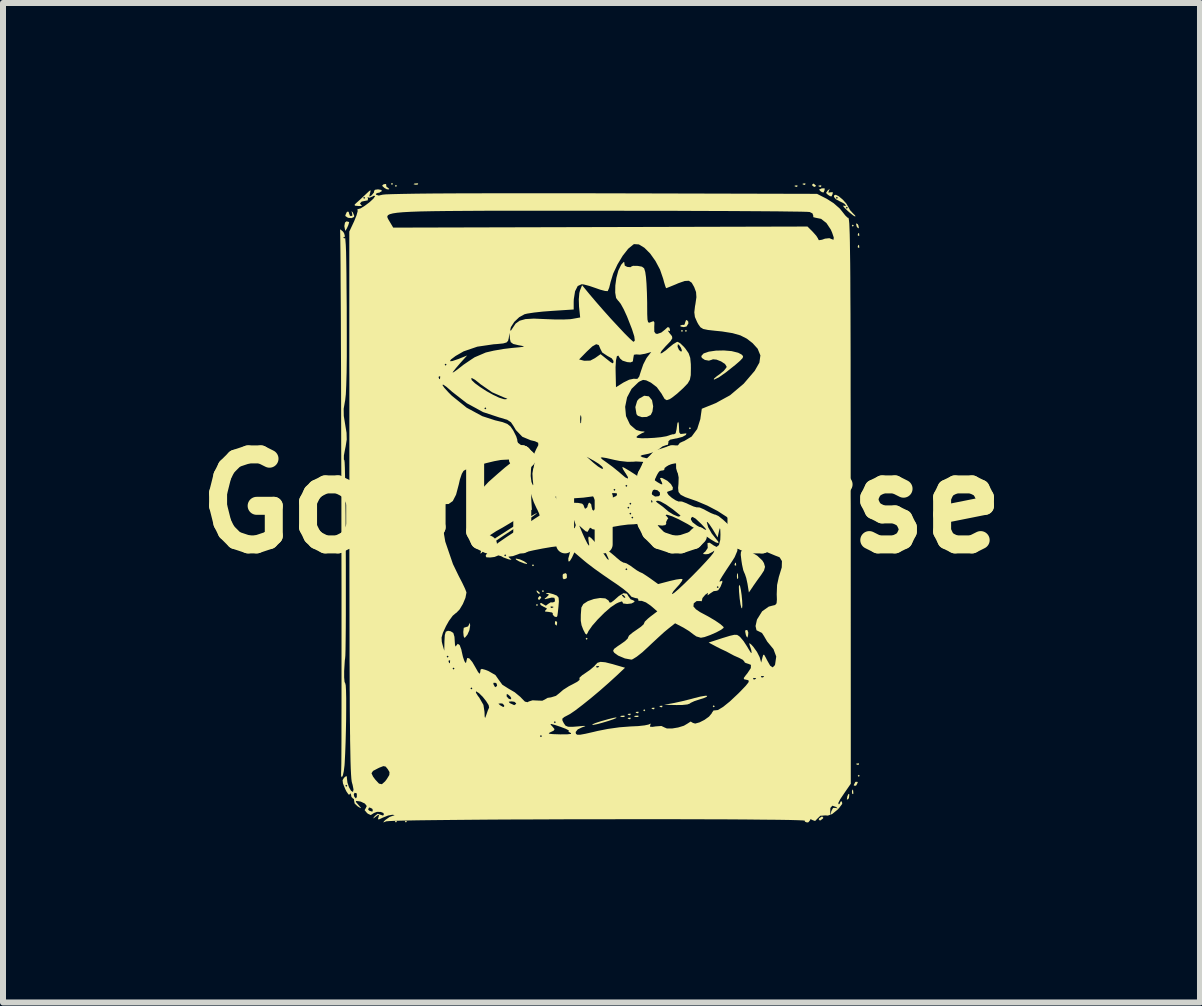
<source format=kicad_pcb>
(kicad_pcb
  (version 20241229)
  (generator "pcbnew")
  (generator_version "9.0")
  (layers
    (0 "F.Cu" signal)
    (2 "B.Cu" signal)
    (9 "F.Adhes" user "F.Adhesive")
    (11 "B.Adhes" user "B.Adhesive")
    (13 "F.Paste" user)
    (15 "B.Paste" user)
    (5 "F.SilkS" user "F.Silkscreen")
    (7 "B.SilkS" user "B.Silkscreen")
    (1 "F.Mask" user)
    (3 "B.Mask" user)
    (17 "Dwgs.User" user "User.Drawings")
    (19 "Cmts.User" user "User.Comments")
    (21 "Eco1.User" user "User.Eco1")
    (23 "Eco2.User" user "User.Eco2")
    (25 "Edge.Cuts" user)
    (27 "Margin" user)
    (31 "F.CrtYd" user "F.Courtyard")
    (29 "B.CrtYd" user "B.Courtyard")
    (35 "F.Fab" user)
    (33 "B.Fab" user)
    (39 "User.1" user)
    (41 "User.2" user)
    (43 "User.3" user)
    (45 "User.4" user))
  (footprint "GoblinCurse"
    (layer "F.Cu")
    (at 6.979 5.348)
    (property "Reference" "GoblinCurse" (at 0 0 0) (layer "F.SilkS") (effects (font (size 1.5 1.5) (thickness 0.3))))
    (attr board_only exclude_from_pos_files exclude_from_bom)
    (fp_poly (pts (xy -3.477 -5.332) (xy -3.494 -5.315) (xy -3.51 -5.332) (xy -3.494 -5.348)) (stroke (width 0) (type solid)) (fill yes) (layer "F.SilkS"))
    (fp_poly (pts (xy -3.411 -5.299) (xy -3.428 -5.282) (xy -3.444 -5.299) (xy -3.428 -5.315)) (stroke (width 0) (type solid)) (fill yes) (layer "F.SilkS"))
    (fp_poly (pts (xy -3.411 5.299) (xy -3.428 5.315) (xy -3.444 5.299) (xy -3.428 5.282)) (stroke (width 0) (type solid)) (fill yes) (layer "F.SilkS"))
    (fp_poly (pts (xy -3.245 5.299) (xy -3.262 5.315) (xy -3.278 5.299) (xy -3.262 5.282)) (stroke (width 0) (type solid)) (fill yes) (layer "F.SilkS"))
    (fp_poly (pts (xy -1.126 1.027) (xy -1.143 1.043) (xy -1.159 1.027) (xy -1.143 1.01)) (stroke (width 0) (type solid)) (fill yes) (layer "F.SilkS"))
    (fp_poly (pts (xy -1.06 1.689) (xy -1.076 1.705) (xy -1.093 1.689) (xy -1.076 1.672)) (stroke (width 0) (type solid)) (fill yes) (layer "F.SilkS"))
    (fp_poly (pts (xy -0.96 1.457) (xy -0.977 1.474) (xy -0.993 1.457) (xy -0.977 1.441)) (stroke (width 0) (type solid)) (fill yes) (layer "F.SilkS"))
    (fp_poly (pts (xy -0.232 2.252) (xy -0.248 2.268) (xy -0.265 2.252) (xy -0.248 2.235)) (stroke (width 0) (type solid)) (fill yes) (layer "F.SilkS"))
    (fp_poly (pts (xy 0.729 3.444) (xy 0.712 3.461) (xy 0.695 3.444) (xy 0.712 3.428)) (stroke (width 0) (type solid)) (fill yes) (layer "F.SilkS"))
    (fp_poly (pts (xy 1.358 -2.881) (xy 1.341 -2.865) (xy 1.325 -2.881) (xy 1.341 -2.898)) (stroke (width 0) (type solid)) (fill yes) (layer "F.SilkS"))
    (fp_poly (pts (xy 1.424 -2.881) (xy 1.407 -2.865) (xy 1.391 -2.881) (xy 1.407 -2.898)) (stroke (width 0) (type solid)) (fill yes) (layer "F.SilkS"))
    (fp_poly (pts (xy 1.49 -1.258) (xy 1.474 -1.242) (xy 1.457 -1.258) (xy 1.474 -1.275)) (stroke (width 0) (type solid)) (fill yes) (layer "F.SilkS"))
    (fp_poly (pts (xy 1.888 3.378) (xy 1.871 3.394) (xy 1.854 3.378) (xy 1.871 3.361)) (stroke (width 0) (type solid)) (fill yes) (layer "F.SilkS"))
    (fp_poly (pts (xy 4.206 -4.636) (xy 4.189 -4.62) (xy 4.173 -4.636) (xy 4.189 -4.653)) (stroke (width 0) (type solid)) (fill yes) (layer "F.SilkS"))
    (fp_poly (pts (xy 4.305 4.537) (xy 4.289 4.553) (xy 4.272 4.537) (xy 4.289 4.52)) (stroke (width 0) (type solid)) (fill yes) (layer "F.SilkS"))
    (fp_poly (pts (xy -3.056 -5.335) (xy -3.066 -5.32) (xy -3.099 -5.318) (xy -3.134 -5.326) (xy -3.119 -5.338) (xy -3.067 -5.342)) (stroke (width 0) (type solid)) (fill yes) (layer "F.SilkS"))
    (fp_poly (pts (xy 0.388 3.54) (xy 0.379 3.555) (xy 0.345 3.557) (xy 0.31 3.549) (xy 0.325 3.537) (xy 0.377 3.533)) (stroke (width 0) (type solid)) (fill yes) (layer "F.SilkS"))
    (fp_poly (pts (xy 0.486 3.505) (xy 0.481 3.524) (xy 0.464 3.527) (xy 0.436 3.515) (xy 0.442 3.505) (xy 0.481 3.501)) (stroke (width 0) (type solid)) (fill yes) (layer "F.SilkS"))
    (fp_poly (pts (xy 0.486 3.571) (xy 0.481 3.591) (xy 0.464 3.593) (xy 0.436 3.581) (xy 0.442 3.571) (xy 0.481 3.567)) (stroke (width 0) (type solid)) (fill yes) (layer "F.SilkS"))
    (fp_poly (pts (xy 0.618 3.472) (xy 0.614 3.491) (xy 0.596 3.494) (xy 0.569 3.482) (xy 0.574 3.472) (xy 0.613 3.468)) (stroke (width 0) (type solid)) (fill yes) (layer "F.SilkS"))
    (fp_poly (pts (xy 0.62 3.54) (xy 0.61 3.555) (xy 0.577 3.557) (xy 0.541 3.549) (xy 0.557 3.537) (xy 0.609 3.533)) (stroke (width 0) (type solid)) (fill yes) (layer "F.SilkS"))
    (fp_poly (pts (xy 0.883 3.405) (xy 0.879 3.425) (xy 0.861 3.428) (xy 0.834 3.415) (xy 0.839 3.405) (xy 0.878 3.401)) (stroke (width 0) (type solid)) (fill yes) (layer "F.SilkS"))
    (fp_poly (pts (xy 1.016 3.372) (xy 1.011 3.392) (xy 0.993 3.394) (xy 0.966 3.382) (xy 0.971 3.372) (xy 1.011 3.368)) (stroke (width 0) (type solid)) (fill yes) (layer "F.SilkS"))
    (fp_poly (pts (xy 2.241 0.988) (xy 2.245 1.027) (xy 2.241 1.032) (xy 2.221 1.028) (xy 2.219 1.01) (xy 2.231 0.983)) (stroke (width 0) (type solid)) (fill yes) (layer "F.SilkS"))
    (fp_poly (pts (xy 2.274 1.167) (xy 2.278 1.235) (xy 2.274 1.25) (xy 2.262 1.254) (xy 2.257 1.209) (xy 2.262 1.162)) (stroke (width 0) (type solid)) (fill yes) (layer "F.SilkS"))
    (fp_poly (pts (xy 3.267 -5.304) (xy 3.263 -5.284) (xy 3.245 -5.282) (xy 3.218 -5.294) (xy 3.223 -5.304) (xy 3.263 -5.308)) (stroke (width 0) (type solid)) (fill yes) (layer "F.SilkS"))
    (fp_poly (pts (xy 3.4 -5.337) (xy 3.395 -5.318) (xy 3.378 -5.315) (xy 3.351 -5.327) (xy 3.356 -5.337) (xy 3.395 -5.341)) (stroke (width 0) (type solid)) (fill yes) (layer "F.SilkS"))
    (fp_poly (pts (xy 3.665 -5.304) (xy 3.66 -5.284) (xy 3.643 -5.282) (xy 3.616 -5.294) (xy 3.621 -5.304) (xy 3.66 -5.308)) (stroke (width 0) (type solid)) (fill yes) (layer "F.SilkS"))
    (fp_poly (pts (xy 4.195 4.779) (xy 4.199 4.831) (xy 4.193 4.843) (xy 4.178 4.833) (xy 4.175 4.799) (xy 4.183 4.764)) (stroke (width 0) (type solid)) (fill yes) (layer "F.SilkS"))
    (fp_poly (pts (xy 4.294 -4.509) (xy 4.298 -4.47) (xy 4.294 -4.465) (xy 4.274 -4.47) (xy 4.272 -4.487) (xy 4.284 -4.514)) (stroke (width 0) (type solid)) (fill yes) (layer "F.SilkS"))
    (fp_poly (pts (xy 4.294 -4.311) (xy 4.298 -4.271) (xy 4.294 -4.266) (xy 4.274 -4.271) (xy 4.272 -4.289) (xy 4.284 -4.316)) (stroke (width 0) (type solid)) (fill yes) (layer "F.SilkS"))
    (fp_poly (pts (xy 4.294 4.333) (xy 4.289 4.352) (xy 4.272 4.355) (xy 4.245 4.343) (xy 4.25 4.333) (xy 4.289 4.329)) (stroke (width 0) (type solid)) (fill yes) (layer "F.SilkS"))
    (fp_poly (pts (xy -1.065 1.454) (xy -1.029 1.487) (xy -1.037 1.506) (xy -1.041 1.507) (xy -1.069 1.483) (xy -1.079 1.469) (xy -1.083 1.446)) (stroke (width 0) (type solid)) (fill yes) (layer "F.SilkS"))
    (fp_poly (pts (xy -0.743 1.967) (xy -0.74 1.988) (xy -0.747 2.033) (xy -0.771 2.015) (xy -0.777 2.006) (xy -0.775 1.964) (xy -0.768 1.958)) (stroke (width 0) (type solid)) (fill yes) (layer "F.SilkS"))
    (fp_poly (pts (xy 4.132 4.847) (xy 4.125 4.907) (xy 4.112 4.925) (xy 4.09 4.934) (xy 4.097 4.885) (xy 4.097 4.882) (xy 4.117 4.838)) (stroke (width 0) (type solid)) (fill yes) (layer "F.SilkS"))
    (fp_poly (pts (xy 4.271 -4.662) (xy 4.283 -4.638) (xy 4.292 -4.591) (xy 4.27 -4.6) (xy 4.254 -4.622) (xy 4.244 -4.665) (xy 4.248 -4.673)) (stroke (width 0) (type solid)) (fill yes) (layer "F.SilkS"))
    (fp_poly (pts (xy -1.005 1.56) (xy -1.01 1.573) (xy -1.04 1.605) (xy -1.045 1.606) (xy -1.059 1.581) (xy -1.06 1.573) (xy -1.034 1.541) (xy -1.025 1.54)) (stroke (width 0) (type solid)) (fill yes) (layer "F.SilkS"))
    (fp_poly (pts (xy -0.58 1.176) (xy -0.577 1.231) (xy -0.589 1.248) (xy -0.629 1.26) (xy -0.646 1.242) (xy -0.648 1.187) (xy -0.637 1.17) (xy -0.596 1.158)) (stroke (width 0) (type solid)) (fill yes) (layer "F.SilkS"))
    (fp_poly (pts (xy 2.447 2.147) (xy 2.444 2.191) (xy 2.433 2.233) (xy 2.417 2.214) (xy 2.407 2.189) (xy 2.395 2.131) (xy 2.4 2.109) (xy 2.43 2.105)) (stroke (width 0) (type solid)) (fill yes) (layer "F.SilkS"))
    (fp_poly (pts (xy 3.543 -5.332) (xy 3.575 -5.302) (xy 3.577 -5.297) (xy 3.551 -5.282) (xy 3.543 -5.282) (xy 3.512 -5.307) (xy 3.51 -5.317) (xy 3.531 -5.337)) (stroke (width 0) (type solid)) (fill yes) (layer "F.SilkS"))
    (fp_poly (pts (xy 3.698 5.236) (xy 3.692 5.249) (xy 3.649 5.281) (xy 3.639 5.282) (xy 3.621 5.262) (xy 3.626 5.249) (xy 3.67 5.217) (xy 3.68 5.216)) (stroke (width 0) (type solid)) (fill yes) (layer "F.SilkS"))
    (fp_poly (pts (xy 3.72 -5.229) (xy 3.702 -5.189) (xy 3.676 -5.194) (xy 3.648 -5.212) (xy 3.627 -5.237) (xy 3.668 -5.256) (xy 3.671 -5.257) (xy 3.719 -5.259)) (stroke (width 0) (type solid)) (fill yes) (layer "F.SilkS"))
    (fp_poly (pts (xy 4.269 4.638) (xy 4.272 4.649) (xy 4.248 4.696) (xy 4.239 4.702) (xy 4.208 4.701) (xy 4.206 4.69) (xy 4.23 4.643) (xy 4.239 4.636)) (stroke (width 0) (type solid)) (fill yes) (layer "F.SilkS"))
    (fp_poly (pts (xy -4.211 -4.697) (xy -4.208 -4.689) (xy -4.222 -4.643) (xy -4.246 -4.589) (xy -4.268 -4.554) (xy -4.274 -4.553) (xy -4.288 -4.628) (xy -4.277 -4.688) (xy -4.251 -4.708)) (stroke (width 0) (type solid)) (fill yes) (layer "F.SilkS"))
    (fp_poly (pts (xy -1.36 0.929) (xy -1.292 0.96) (xy -1.241 0.995) (xy -1.245 1.006) (xy -1.293 0.994) (xy -1.374 0.962) (xy -1.427 0.931) (xy -1.43 0.915) (xy -1.424 0.915)) (stroke (width 0) (type solid)) (fill yes) (layer "F.SilkS"))
    (fp_poly (pts (xy -3.592 -5.318) (xy -3.584 -5.282) (xy -3.568 -5.273) (xy -3.54 -5.249) (xy -3.543 -5.24) (xy -3.579 -5.242) (xy -3.619 -5.264) (xy -3.658 -5.3) (xy -3.642 -5.32) (xy -3.625 -5.327) (xy -3.59 -5.331)) (stroke (width 0) (type solid)) (fill yes) (layer "F.SilkS"))
    (fp_poly (pts (xy 0.825 0.397) (xy 0.91 0.429) (xy 0.911 0.429) (xy 0.963 0.459) (xy 0.967 0.475) (xy 0.96 0.476) (xy 0.897 0.464) (xy 0.812 0.432) (xy 0.811 0.432) (xy 0.759 0.402) (xy 0.755 0.386) (xy 0.762 0.385)) (stroke (width 0) (type solid)) (fill yes) (layer "F.SilkS"))
    (fp_poly (pts (xy 1.446 -3.036) (xy 1.448 -3.004) (xy 1.417 -2.954) (xy 1.37 -2.944) (xy 1.319 -2.954) (xy 1.313 -2.971) (xy 1.35 -2.983) (xy 1.36 -2.979) (xy 1.386 -2.988) (xy 1.391 -3.012) (xy 1.407 -3.057) (xy 1.422 -3.063)) (stroke (width 0) (type solid)) (fill yes) (layer "F.SilkS"))
    (fp_poly (pts (xy 2.309 1.371) (xy 2.323 1.435) (xy 2.336 1.524) (xy 2.345 1.62) (xy 2.348 1.701) (xy 2.343 1.745) (xy 2.332 1.738) (xy 2.317 1.678) (xy 2.303 1.579) (xy 2.293 1.468) (xy 2.29 1.386) (xy 2.295 1.353)) (stroke (width 0) (type solid)) (fill yes) (layer "F.SilkS"))
    (fp_poly (pts (xy -2.191 2.022) (xy -2.191 2.037) (xy -2.203 2.109) (xy -2.235 2.182) (xy -2.274 2.23) (xy -2.289 2.235) (xy -2.299 2.206) (xy -2.305 2.139) (xy -2.297 2.069) (xy -2.266 2.059) (xy -2.225 2.046) (xy -2.209 2.014) (xy -2.197 1.986)) (stroke (width 0) (type solid)) (fill yes) (layer "F.SilkS"))
    (fp_poly (pts (xy 0.789 -1.79) (xy 0.842 -1.726) (xy 0.861 -1.623) (xy 0.849 -1.537) (xy 0.821 -1.48) (xy 0.755 -1.447) (xy 0.673 -1.443) (xy 0.605 -1.466) (xy 0.583 -1.493) (xy 0.564 -1.611) (xy 0.594 -1.714) (xy 0.624 -1.75) (xy 0.712 -1.8)) (stroke (width 0) (type solid)) (fill yes) (layer "F.SilkS"))
    (fp_poly (pts (xy 3.795 -5.225) (xy 3.791 -5.218) (xy 3.783 -5.186) (xy 3.818 -5.192) (xy 3.856 -5.194) (xy 3.853 -5.164) (xy 3.835 -5.124) (xy 3.811 -5.127) (xy 3.776 -5.149) (xy 3.743 -5.181) (xy 3.768 -5.219) (xy 3.772 -5.223) (xy 3.804 -5.248)) (stroke (width 0) (type solid)) (fill yes) (layer "F.SilkS"))
    (fp_poly (pts (xy 0.245 3.574) (xy 0.195 3.595) (xy 0.115 3.622) (xy 0.022 3.65) (xy -0.066 3.674) (xy -0.132 3.687) (xy -0.149 3.688) (xy -0.154 3.68) (xy -0.105 3.658) (xy -0.013 3.628) (xy -0.000001 3.624) (xy 0.114 3.592) (xy 0.203 3.57) (xy 0.248 3.563)) (stroke (width 0) (type solid)) (fill yes) (layer "F.SilkS"))
    (fp_poly (pts (xy -4.149 -4.859) (xy -4.145 -4.853) (xy -4.123 -4.8) (xy -4.126 -4.781) (xy -4.168 -4.761) (xy -4.227 -4.767) (xy -4.268 -4.794) (xy -4.272 -4.807) (xy -4.248 -4.861) (xy -4.238 -4.869) (xy -4.213 -4.865) (xy -4.213 -4.85) (xy -4.196 -4.804) (xy -4.181 -4.795) (xy -4.153 -4.803) (xy -4.159 -4.84) (xy -4.168 -4.879)) (stroke (width 0) (type solid)) (fill yes) (layer "F.SilkS"))
    (fp_poly (pts (xy 1.761 3.203) (xy 1.756 3.218) (xy 1.701 3.243) (xy 1.645 3.26) (xy 1.55 3.291) (xy 1.485 3.321) (xy 1.471 3.333) (xy 1.431 3.347) (xy 1.345 3.356) (xy 1.248 3.357) (xy 1.043 3.353) (xy 1.209 3.323) (xy 1.345 3.293) (xy 1.494 3.256) (xy 1.548 3.241) (xy 1.652 3.215) (xy 1.732 3.202)) (stroke (width 0) (type solid)) (fill yes) (layer "F.SilkS"))
    (fp_poly (pts (xy 2.487 0.803) (xy 2.595 0.866) (xy 2.682 0.948) (xy 2.708 0.99) (xy 2.726 1.053) (xy 2.709 1.114) (xy 2.665 1.182) (xy 2.594 1.28) (xy 2.527 1.376) (xy 2.521 1.386) (xy 2.457 1.48) (xy 2.434 1.336) (xy 2.413 1.24) (xy 2.39 1.171) (xy 2.383 1.158) (xy 2.363 1.108) (xy 2.343 1.016) (xy 2.333 0.951) (xy 2.321 0.851) (xy 2.325 0.799) (xy 2.349 0.781) (xy 2.384 0.778)) (stroke (width 0) (type solid)) (fill yes) (layer "F.SilkS"))
    (fp_poly (pts (xy -1.097 0.176) (xy -1.167 0.226) (xy -1.273 0.297) (xy -1.408 0.385) (xy -1.48 0.431) (xy -1.632 0.531) (xy -1.768 0.624) (xy -1.877 0.704) (xy -1.945 0.76) (xy -1.958 0.774) (xy -2.001 0.822) (xy -2.02 0.831) (xy -2.02 0.83) (xy -2.006 0.781) (xy -1.961 0.723) (xy -1.877 0.652) (xy -1.749 0.561) (xy -1.57 0.446) (xy -1.52 0.414) (xy -1.37 0.322) (xy -1.241 0.245) (xy -1.143 0.189) (xy -1.086 0.159) (xy -1.075 0.156)) (stroke (width 0) (type solid)) (fill yes) (layer "F.SilkS"))
    (fp_poly (pts (xy 2.169 -2.544) (xy 2.278 -2.517) (xy 2.334 -2.488) (xy 2.36 -2.461) (xy 2.354 -2.43) (xy 2.309 -2.382) (xy 2.233 -2.316) (xy 2.072 -2.188) (xy 1.955 -2.106) (xy 1.882 -2.071) (xy 1.872 -2.07) (xy 1.876 -2.086) (xy 1.924 -2.127) (xy 1.963 -2.154) (xy 2.038 -2.215) (xy 2.082 -2.27) (xy 2.086 -2.286) (xy 2.059 -2.329) (xy 1.994 -2.372) (xy 1.918 -2.402) (xy 1.857 -2.408) (xy 1.845 -2.402) (xy 1.79 -2.385) (xy 1.723 -2.397) (xy 1.673 -2.43) (xy 1.663 -2.462) (xy 1.702 -2.505) (xy 1.789 -2.535) (xy 1.907 -2.552) (xy 2.04 -2.555)) (stroke (width 0) (type solid)) (fill yes) (layer "F.SilkS"))
    (fp_poly (pts (xy 3.955 -5.126) (xy 4.021 -5.071) (xy 4.081 -5.005) (xy 4.112 -4.951) (xy 4.113 -4.95) (xy 4.144 -4.894) (xy 4.189 -4.845) (xy 4.23 -4.803) (xy 4.231 -4.786) (xy 4.194 -4.807) (xy 4.13 -4.859) (xy 4.099 -4.887) (xy 4.052 -4.934) (xy 4.073 -4.934) (xy 4.09 -4.918) (xy 4.106 -4.934) (xy 4.09 -4.951) (xy 4.073 -4.934) (xy 4.052 -4.934) (xy 4.044 -4.943) (xy 4.024 -4.969) (xy 4.032 -4.968) (xy 4.069 -4.964) (xy 4.073 -4.975) (xy 4.046 -5.004) (xy 3.979 -5.038) (xy 3.974 -5.04) (xy 3.908 -5.076) (xy 3.888 -5.1) (xy 3.908 -5.1) (xy 3.924 -5.083) (xy 3.941 -5.1) (xy 3.924 -5.116) (xy 3.908 -5.1) (xy 3.888 -5.1) (xy 3.874 -5.116) (xy 3.881 -5.145) (xy 3.906 -5.15)) (stroke (width 0) (type solid)) (fill yes) (layer "F.SilkS"))
    (fp_poly (pts (xy 0.423 1.501) (xy 0.448 1.543) (xy 0.486 1.595) (xy 0.517 1.606) (xy 0.55 1.623) (xy 0.546 1.639) (xy 0.502 1.663) (xy 0.427 1.672) (xy 0.359 1.663) (xy 0.349 1.637) (xy 0.337 1.629) (xy 0.282 1.648) (xy 0.242 1.667) (xy 0.154 1.726) (xy 0.048 1.818) (xy -0.06 1.926) (xy -0.154 2.033) (xy -0.217 2.123) (xy -0.229 2.149) (xy -0.248 2.182) (xy -0.271 2.166) (xy -0.305 2.099) (xy -0.333 2.027) (xy -0.346 1.951) (xy -0.345 1.85) (xy -0.336 1.731) (xy -0.303 1.673) (xy -0.227 1.624) (xy -0.127 1.589) (xy -0.024 1.572) (xy 0.064 1.579) (xy 0.117 1.614) (xy 0.12 1.621) (xy 0.135 1.648) (xy 0.16 1.647) (xy 0.207 1.612) (xy 0.287 1.541) (xy 0.327 1.516) (xy 0.336 1.516) (xy 0.345 1.535) (xy 0.378 1.57) (xy 0.397 1.563) (xy 0.397 1.558) (xy 0.374 1.53) (xy 0.359 1.52) (xy 0.336 1.516) (xy 0.327 1.516) (xy 0.365 1.492)) (stroke (width 0) (type solid)) (fill yes) (layer "F.SilkS"))
    (fp_poly (pts (xy -0.809 1.507) (xy -0.803 1.509) (xy -0.744 1.533) (xy -0.716 1.566) (xy -0.711 1.627) (xy -0.718 1.716) (xy -0.729 1.82) (xy -0.737 1.874) (xy -0.751 1.89) (xy -0.774 1.885) (xy -0.787 1.88) (xy -0.814 1.849) (xy -0.81 1.835) (xy -0.824 1.814) (xy -0.884 1.804) (xy -0.942 1.798) (xy -0.939 1.78) (xy -0.931 1.775) (xy -0.909 1.749) (xy -0.946 1.727) (xy -0.956 1.723) (xy -0.968 1.717) (xy -0.85 1.717) (xy -0.845 1.736) (xy -0.828 1.739) (xy -0.801 1.726) (xy -0.806 1.717) (xy -0.845 1.713) (xy -0.85 1.717) (xy -0.968 1.717) (xy -1.012 1.692) (xy -1.027 1.666) (xy -1.007 1.654) (xy -0.974 1.674) (xy -0.928 1.701) (xy -0.896 1.676) (xy -0.895 1.674) (xy -0.846 1.644) (xy -0.822 1.647) (xy -0.783 1.638) (xy -0.776 1.607) (xy -0.786 1.569) (xy -0.829 1.565) (xy -0.876 1.576) (xy -0.941 1.592) (xy -0.95 1.586) (xy -0.913 1.555) (xy -0.876 1.518) (xy -0.893 1.507) (xy -0.924 1.498) (xy -0.922 1.49) (xy -0.882 1.488)) (stroke (width 0) (type solid)) (fill yes) (layer "F.SilkS"))
    (fp_poly (pts (xy -4.318 -4.544) (xy -4.302 -4.526) (xy -4.289 -4.501) (xy -4.279 -4.461) (xy -4.276 -4.442) (xy -4.289 -4.454) (xy -4.305 -4.438) (xy -4.289 -4.421) (xy -4.275 -4.434) (xy -4.271 -4.402) (xy -4.264 -4.316) (xy -4.259 -4.197) (xy -4.256 -4.039) (xy -4.253 -3.835) (xy -4.251 -3.579) (xy -4.248 -3.266) (xy -4.248 -3.17) (xy -4.247 -2.779) (xy -4.247 -2.451) (xy -4.25 -2.185) (xy -4.256 -1.976) (xy -4.263 -1.824) (xy -4.274 -1.725) (xy -4.279 -1.698) (xy -4.299 -1.582) (xy -4.297 -1.463) (xy -4.274 -1.321) (xy -4.251 -1.181) (xy -4.248 -1.07) (xy -4.266 -0.956) (xy -4.274 -0.917) (xy -4.295 -0.806) (xy -4.296 -0.738) (xy -4.287 -0.723) (xy -4.283 -0.689) (xy -4.279 -0.598) (xy -4.276 -0.455) (xy -4.273 -0.27) (xy -4.27 -0.049) (xy -4.267 0.2) (xy -4.266 0.468) (xy -4.264 0.75) (xy -4.263 1.036) (xy -4.263 1.319) (xy -4.263 1.592) (xy -4.263 1.847) (xy -4.264 2.076) (xy -4.266 2.271) (xy -4.268 2.425) (xy -4.271 2.531) (xy -4.275 2.58) (xy -4.276 2.583) (xy -4.28 2.613) (xy -4.285 2.692) (xy -4.291 2.79) (xy -4.291 2.897) (xy -4.284 2.972) (xy -4.272 2.997) (xy -4.265 3.028) (xy -4.26 3.114) (xy -4.257 3.245) (xy -4.257 3.407) (xy -4.258 3.592) (xy -4.262 3.787) (xy -4.267 3.98) (xy -4.274 4.162) (xy -4.282 4.321) (xy -4.285 4.364) (xy -4.297 4.459) (xy -4.312 4.528) (xy -4.329 4.561) (xy -4.341 4.542) (xy -4.342 4.534) (xy -4.342 4.478) (xy -4.342 4.477) (xy -4.34 4.435) (xy -4.338 4.331) (xy -4.337 4.171) (xy -4.336 3.959) (xy -4.336 3.7) (xy -4.335 3.399) (xy -4.335 3.059) (xy -4.335 2.687) (xy -4.335 2.286) (xy -4.335 1.862) (xy -4.335 1.418) (xy -4.336 0.959) (xy -4.337 0.491) (xy -4.337 0.017) (xy -4.338 -0.457) (xy -4.34 -0.927) (xy -4.341 -1.389) (xy -4.342 -1.837) (xy -4.343 -2.267) (xy -4.345 -2.674) (xy -4.346 -3.054) (xy -4.348 -3.402) (xy -4.35 -3.714) (xy -4.351 -3.984) (xy -4.353 -4.208) (xy -4.355 -4.382) (xy -4.357 -4.5) (xy -4.358 -4.559) (xy -4.359 -4.564) (xy -4.356 -4.574)) (stroke (width 0) (type solid)) (fill yes) (layer "F.SilkS"))
    (fp_poly (pts (xy -3.671 -5.231) (xy -3.662 -5.212) (xy -3.707 -5.185) (xy -3.729 -5.183) (xy -3.763 -5.167) (xy -3.76 -5.152) (xy -3.715 -5.137) (xy -3.65 -5.152) (xy -3.602 -5.157) (xy -3.49 -5.161) (xy -3.317 -5.165) (xy -3.085 -5.169) (xy -2.797 -5.172) (xy -2.454 -5.174) (xy -2.06 -5.175) (xy -1.616 -5.176) (xy -1.126 -5.176) (xy -0.591 -5.176) (xy -0.014 -5.175) (xy 0.017 -5.175) (xy 3.593 -5.166) (xy 3.756 -5.083) (xy 3.869 -5.011) (xy 3.972 -4.921) (xy 4.008 -4.877) (xy 4.063 -4.807) (xy 4.102 -4.769) (xy 4.11 -4.767) (xy 4.116 -4.767) (xy 4.121 -4.753) (xy 4.126 -4.721) (xy 4.131 -4.67) (xy 4.134 -4.594) (xy 4.138 -4.493) (xy 4.141 -4.362) (xy 4.143 -4.199) (xy 4.146 -4.001) (xy 4.148 -3.764) (xy 4.149 -3.486) (xy 4.151 -3.163) (xy 4.152 -2.793) (xy 4.153 -2.372) (xy 4.153 -1.898) (xy 4.154 -1.367) (xy 4.154 -0.777) (xy 4.154 -0.125) (xy 4.155 0.033) (xy 4.156 4.669) (xy 4.053 4.818) (xy 3.98 4.927) (xy 3.948 4.989) (xy 3.952 5.011) (xy 3.966 5.009) (xy 3.982 4.977) (xy 3.981 4.973) (xy 3.994 4.962) (xy 4.009 4.969) (xy 4.013 5.005) (xy 3.962 5.072) (xy 3.933 5.103) (xy 3.846 5.174) (xy 3.82 5.184) (xy 3.831 5.127) (xy 3.86 5.073) (xy 3.901 5.072) (xy 3.937 5.08) (xy 3.914 5.059) (xy 3.909 5.056) (xy 3.849 5.035) (xy 3.816 5.072) (xy 3.813 5.127) (xy 3.816 5.185) (xy 3.774 5.2) (xy 3.731 5.197) (xy 3.649 5.203) (xy 3.603 5.247) (xy 3.561 5.29) (xy 3.52 5.276) (xy 3.484 5.258) (xy 3.477 5.278) (xy 3.45 5.311) (xy 3.426 5.315) (xy 3.39 5.301) (xy 3.392 5.286) (xy 3.363 5.281) (xy 3.273 5.277) (xy 3.127 5.273) (xy 2.93 5.27) (xy 2.688 5.268) (xy 2.406 5.265) (xy 2.09 5.263) (xy 1.744 5.262) (xy 1.373 5.261) (xy 0.983 5.26) (xy 0.58 5.26) (xy 0.168 5.261) (xy -0.248 5.261) (xy -0.662 5.262) (xy -1.068 5.264) (xy -1.462 5.265) (xy -1.839 5.267) (xy -2.193 5.27) (xy -2.519 5.273) (xy -2.811 5.276) (xy -3.065 5.279) (xy -3.276 5.283) (xy -3.437 5.287) (xy -3.544 5.292) (xy -3.592 5.296) (xy -3.593 5.297) (xy -3.638 5.315) (xy -3.629 5.298) (xy -3.607 5.275) (xy -3.535 5.224) (xy -3.491 5.207) (xy -3.449 5.194) (xy -3.47 5.188) (xy -3.487 5.186) (xy -3.558 5.199) (xy -3.644 5.233) (xy -3.708 5.263) (xy -3.728 5.261) (xy -3.718 5.224) (xy -3.708 5.186) (xy -3.731 5.193) (xy -3.761 5.216) (xy -3.804 5.248) (xy -3.801 5.236) (xy -3.779 5.207) (xy -3.731 5.169) (xy -3.691 5.184) (xy -3.644 5.2) (xy -3.63 5.188) (xy -3.635 5.157) (xy -3.681 5.139) (xy -3.744 5.138) (xy -3.797 5.158) (xy -3.804 5.164) (xy -3.847 5.191) (xy -3.894 5.17) (xy -3.911 5.156) (xy -3.95 5.109) (xy -3.945 5.101) (xy -3.891 5.101) (xy -3.871 5.119) (xy -3.821 5.135) (xy -3.813 5.107) (xy -3.824 5.085) (xy -3.866 5.065) (xy -3.88 5.07) (xy -3.891 5.101) (xy -3.945 5.101) (xy -3.932 5.078) (xy -3.932 5.078) (xy -3.914 5.041) (xy -3.945 5) (xy -4.014 4.967) (xy -4.045 4.961) (xy -4.094 4.956) (xy -4.095 4.973) (xy -4.054 5.021) (xy -4.012 5.07) (xy -4.016 5.076) (xy -4.065 5.047) (xy -4.116 4.999) (xy -4.124 4.959) (xy -4.128 4.922) (xy -4.141 4.918) (xy -4.169 4.89) (xy -4.175 4.86) (xy -4.177 4.852) (xy -4.131 4.852) (xy -4.12 4.889) (xy -4.095 4.914) (xy -4.08 4.889) (xy -4.08 4.837) (xy -4.086 4.827) (xy -4.118 4.82) (xy -4.131 4.852) (xy -4.177 4.852) (xy -4.183 4.826) (xy -4.196 4.846) (xy -4.218 4.849) (xy -4.255 4.795) (xy -4.275 4.753) (xy -4.296 4.702) (xy -4.272 4.702) (xy -4.255 4.719) (xy -4.239 4.702) (xy -4.255 4.686) (xy -4.272 4.702) (xy -4.296 4.702) (xy -4.311 4.663) (xy -4.317 4.61) (xy -4.295 4.572) (xy -4.29 4.567) (xy -4.254 4.538) (xy -4.245 4.564) (xy -4.245 4.578) (xy -4.236 4.651) (xy -4.21 4.728) (xy -4.176 4.787) (xy -4.146 4.805) (xy -4.143 4.804) (xy -4.135 4.765) (xy -4.15 4.688) (xy -4.158 4.661) (xy -4.165 4.633) (xy -4.171 4.585) (xy -4.176 4.513) (xy -4.177 4.494) (xy -3.835 4.494) (xy -3.81 4.549) (xy -3.773 4.599) (xy -3.71 4.667) (xy -3.662 4.677) (xy -3.609 4.63) (xy -3.58 4.592) (xy -3.538 4.523) (xy -3.535 4.475) (xy -3.563 4.427) (xy -3.599 4.383) (xy -3.637 4.375) (xy -3.702 4.4) (xy -3.727 4.412) (xy -3.809 4.455) (xy -3.835 4.494) (xy -4.177 4.494) (xy -4.181 4.414) (xy -4.185 4.287) (xy -4.188 4.126) (xy -4.192 3.93) (xy -4.192 3.875) (xy -1.027 3.875) (xy -1.01 3.891) (xy -0.993 3.875) (xy -1.01 3.858) (xy -1.027 3.875) (xy -4.192 3.875) (xy -4.193 3.825) (xy -0.88 3.825) (xy -0.869 3.836) (xy -0.808 3.842) (xy -0.689 3.846) (xy -0.57 3.845) (xy -0.509 3.838) (xy -0.509 3.825) (xy -0.513 3.823) (xy -0.552 3.801) (xy -0.546 3.792) (xy -0.547 3.779) (xy -0.597 3.753) (xy -0.684 3.72) (xy -0.777 3.689) (xy -0.841 3.672) (xy -0.851 3.681) (xy -0.818 3.716) (xy -0.783 3.759) (xy -0.799 3.785) (xy -0.846 3.807) (xy -0.88 3.825) (xy -4.193 3.825) (xy -4.194 3.696) (xy -4.195 3.643) (xy -0.795 3.643) (xy -0.778 3.659) (xy -0.762 3.643) (xy -0.778 3.626) (xy -0.795 3.643) (xy -4.195 3.643) (xy -4.197 3.42) (xy -4.198 3.151) (xy -2.094 3.151) (xy -2.06 3.206) (xy -2.04 3.231) (xy -1.969 3.354) (xy -1.951 3.471) (xy -1.948 3.552) (xy -1.941 3.573) (xy -1.927 3.538) (xy -1.921 3.521) (xy -1.894 3.443) (xy -1.874 3.399) (xy -1.882 3.358) (xy -1.897 3.334) (xy -1.719 3.334) (xy -1.695 3.357) (xy -1.689 3.361) (xy -1.639 3.39) (xy -1.624 3.382) (xy -1.623 3.361) (xy -1.65 3.333) (xy -1.681 3.329) (xy -1.719 3.334) (xy -1.897 3.334) (xy -1.918 3.301) (xy -1.547 3.301) (xy -1.535 3.32) (xy -1.523 3.328) (xy -1.455 3.359) (xy -1.425 3.339) (xy -1.424 3.328) (xy -1.452 3.303) (xy -1.499 3.296) (xy -1.547 3.301) (xy -1.918 3.301) (xy -1.924 3.291) (xy -1.982 3.218) (xy -1.988 3.213) (xy -1.582 3.213) (xy -1.548 3.251) (xy -1.517 3.262) (xy -1.504 3.243) (xy -1.524 3.211) (xy -1.564 3.177) (xy -1.581 3.176) (xy -1.582 3.213) (xy -1.988 3.213) (xy -2.043 3.158) (xy -2.089 3.13) (xy -2.093 3.129) (xy -2.094 3.151) (xy -4.198 3.151) (xy -4.199 3.099) (xy -4.199 3.08) (xy -2.186 3.08) (xy -2.169 3.096) (xy -2.153 3.08) (xy -2.169 3.063) (xy -2.186 3.08) (xy -4.199 3.08) (xy -4.199 2.987) (xy -1.804 2.987) (xy -1.8 3.015) (xy -1.774 3.06) (xy -1.747 3.043) (xy -1.741 3.034) (xy -1.749 2.998) (xy -1.77 2.986) (xy -1.804 2.987) (xy -4.199 2.987) (xy -4.2 2.749) (xy -2.484 2.749) (xy -2.467 2.765) (xy -2.451 2.749) (xy -2.467 2.732) (xy -2.484 2.749) (xy -4.2 2.749) (xy -4.2 2.73) (xy -4.201 2.633) (xy -2.55 2.633) (xy -2.538 2.66) (xy -2.528 2.655) (xy -2.524 2.615) (xy -2.528 2.611) (xy -2.548 2.615) (xy -2.55 2.633) (xy -4.201 2.633) (xy -4.201 2.55) (xy -2.583 2.55) (xy -2.566 2.566) (xy -2.55 2.55) (xy -2.566 2.533) (xy -2.583 2.55) (xy -4.201 2.55) (xy -4.201 2.311) (xy -4.202 1.838) (xy -4.203 1.308) (xy -4.204 0.718) (xy -4.204 0.065) (xy -4.204 -0.000001) (xy -4.204 -0.009) (xy -2.691 -0.009) (xy -2.67 0.251) (xy -2.605 0.633) (xy -2.477 1.007) (xy -2.382 1.203) (xy -2.322 1.319) (xy -2.276 1.416) (xy -2.253 1.475) (xy -2.252 1.483) (xy -2.269 1.57) (xy -2.311 1.671) (xy -2.366 1.763) (xy -2.42 1.819) (xy -2.428 1.823) (xy -2.481 1.868) (xy -2.544 1.954) (xy -2.593 2.041) (xy -2.645 2.153) (xy -2.667 2.232) (xy -2.663 2.302) (xy -2.654 2.339) (xy -2.622 2.451) (xy -2.619 2.299) (xy -2.613 2.19) (xy -2.596 2.134) (xy -2.559 2.119) (xy -2.515 2.127) (xy -2.471 2.155) (xy -2.452 2.219) (xy -2.448 2.281) (xy -2.443 2.355) (xy -2.434 2.382) (xy -2.429 2.376) (xy -2.397 2.336) (xy -2.365 2.357) (xy -2.337 2.433) (xy -2.332 2.459) (xy -2.31 2.555) (xy -2.286 2.625) (xy -2.265 2.657) (xy -2.254 2.64) (xy -2.253 2.624) (xy -2.239 2.572) (xy -2.205 2.579) (xy -2.154 2.64) (xy -2.105 2.724) (xy -2.057 2.809) (xy -2.03 2.836) (xy -2.022 2.809) (xy -2.017 2.766) (xy -1.996 2.754) (xy -1.94 2.769) (xy -1.884 2.791) (xy -1.769 2.857) (xy -1.716 2.933) (xy -1.654 3.018) (xy -1.553 3.082) (xy -1.447 3.144) (xy -1.353 3.222) (xy -1.338 3.238) (xy -1.277 3.3) (xy -1.233 3.31) (xy -1.213 3.298) (xy -1.15 3.278) (xy -1.068 3.282) (xy -0.987 3.285) (xy -0.946 3.265) (xy -0.898 3.237) (xy -0.842 3.229) (xy -0.76 3.204) (xy -0.703 3.159) (xy -0.64 3.104) (xy -0.543 3.042) (xy -0.486 3.013) (xy -0.406 2.97) (xy -0.365 2.937) (xy -0.368 2.924) (xy -0.367 2.901) (xy -0.32 2.858) (xy -0.279 2.831) (xy -0.19 2.769) (xy -0.121 2.71) (xy -0.088 2.71) (xy -0.084 2.73) (xy -0.066 2.732) (xy -0.039 2.72) (xy -0.044 2.71) (xy -0.083 2.706) (xy -0.088 2.71) (xy -0.121 2.71) (xy -0.12 2.709) (xy -0.106 2.692) (xy -0.067 2.652) (xy -0.016 2.637) (xy 0.063 2.644) (xy 0.186 2.675) (xy 0.216 2.684) (xy 0.392 2.735) (xy 0.254 2.865) (xy 0.119 2.988) (xy -0.029 3.118) (xy -0.179 3.244) (xy -0.319 3.356) (xy -0.438 3.447) (xy -0.523 3.505) (xy -0.541 3.515) (xy -0.621 3.557) (xy -0.654 3.585) (xy -0.651 3.617) (xy -0.629 3.66) (xy -0.6 3.701) (xy -0.557 3.719) (xy -0.481 3.72) (xy -0.403 3.714) (xy -0.305 3.705) (xy -0.268 3.706) (xy -0.287 3.716) (xy -0.323 3.728) (xy -0.396 3.763) (xy -0.43 3.805) (xy -0.431 3.809) (xy -0.426 3.838) (xy -0.404 3.852) (xy -0.356 3.852) (xy -0.268 3.836) (xy -0.132 3.805) (xy -0.066 3.789) (xy 0.107 3.755) (xy 0.298 3.728) (xy 0.469 3.715) (xy 0.48 3.714) (xy 0.611 3.708) (xy 0.719 3.696) (xy 0.785 3.682) (xy 0.792 3.678) (xy 0.822 3.666) (xy 0.812 3.692) (xy 0.808 3.718) (xy 0.85 3.721) (xy 0.903 3.713) (xy 0.999 3.706) (xy 1.044 3.728) (xy 1.091 3.748) (xy 1.176 3.748) (xy 1.278 3.731) (xy 1.373 3.702) (xy 1.434 3.666) (xy 1.486 3.632) (xy 1.518 3.651) (xy 1.52 3.654) (xy 1.562 3.666) (xy 1.634 3.646) (xy 1.717 3.604) (xy 1.792 3.55) (xy 1.837 3.496) (xy 1.84 3.487) (xy 1.869 3.446) (xy 1.89 3.446) (xy 1.941 3.44) (xy 2.027 3.388) (xy 2.141 3.296) (xy 2.277 3.168) (xy 2.315 3.13) (xy 2.403 3.038) (xy 2.448 2.982) (xy 2.457 2.952) (xy 2.434 2.939) (xy 2.421 2.937) (xy 2.377 2.927) (xy 2.372 2.909) (xy 2.528 2.909) (xy 2.532 2.928) (xy 2.55 2.931) (xy 2.577 2.919) (xy 2.572 2.909) (xy 2.533 2.905) (xy 2.528 2.909) (xy 2.372 2.909) (xy 2.371 2.907) (xy 2.394 2.876) (xy 2.66 2.876) (xy 2.665 2.895) (xy 2.682 2.898) (xy 2.71 2.886) (xy 2.704 2.876) (xy 2.665 2.872) (xy 2.66 2.876) (xy 2.394 2.876) (xy 2.406 2.859) (xy 2.433 2.826) (xy 2.489 2.741) (xy 2.491 2.687) (xy 2.438 2.666) (xy 2.432 2.666) (xy 2.389 2.649) (xy 2.384 2.636) (xy 2.357 2.604) (xy 2.293 2.57) (xy 2.209 2.533) (xy 2.153 2.503) (xy 2.079 2.463) (xy 2.053 2.451) (xy 1.991 2.422) (xy 1.906 2.379) (xy 1.895 2.373) (xy 1.786 2.315) (xy 2.018 2.24) (xy 2.139 2.203) (xy 2.213 2.186) (xy 2.26 2.187) (xy 2.294 2.208) (xy 2.313 2.225) (xy 2.369 2.292) (xy 2.43 2.386) (xy 2.448 2.417) (xy 2.488 2.482) (xy 2.504 2.488) (xy 2.496 2.438) (xy 2.467 2.351) (xy 2.464 2.323) (xy 2.495 2.347) (xy 2.529 2.384) (xy 2.592 2.471) (xy 2.635 2.556) (xy 2.639 2.566) (xy 2.662 2.649) (xy 2.682 2.568) (xy 2.696 2.52) (xy 2.712 2.519) (xy 2.741 2.571) (xy 2.76 2.609) (xy 2.812 2.701) (xy 2.854 2.729) (xy 2.888 2.695) (xy 2.894 2.68) (xy 2.913 2.548) (xy 2.867 2.425) (xy 2.829 2.379) (xy 2.762 2.298) (xy 2.715 2.218) (xy 2.714 2.215) (xy 2.675 2.155) (xy 2.637 2.136) (xy 2.584 2.11) (xy 2.568 2.04) (xy 2.59 1.94) (xy 2.595 1.927) (xy 2.678 1.794) (xy 2.788 1.716) (xy 2.848 1.7) (xy 2.895 1.689) (xy 2.919 1.66) (xy 2.924 1.597) (xy 2.921 1.51) (xy 2.927 1.355) (xy 2.957 1.218) (xy 2.962 1.203) (xy 3.005 1.062) (xy 3.008 0.957) (xy 2.971 0.896) (xy 2.956 0.888) (xy 2.898 0.866) (xy 2.8 0.825) (xy 2.68 0.775) (xy 2.666 0.769) (xy 2.49 0.683) (xy 2.377 0.6) (xy 2.324 0.519) (xy 2.318 0.481) (xy 2.289 0.406) (xy 2.208 0.317) (xy 2.086 0.219) (xy 1.934 0.121) (xy 1.762 0.031) (xy 1.582 -0.045) (xy 1.523 -0.065) (xy 1.396 -0.11) (xy 1.32 -0.149) (xy 1.284 -0.195) (xy 1.277 -0.263) (xy 1.283 -0.332) (xy 1.286 -0.437) (xy 1.271 -0.512) (xy 1.263 -0.524) (xy 1.244 -0.589) (xy 1.242 -0.711) (xy 1.247 -0.788) (xy 1.26 -0.906) (xy 1.276 -0.975) (xy 1.305 -1.013) (xy 1.356 -1.037) (xy 1.378 -1.045) (xy 1.502 -1.119) (xy 1.595 -1.245) (xy 1.648 -1.412) (xy 1.65 -1.43) (xy 1.672 -1.583) (xy 1.902 -1.676) (xy 2.143 -1.808) (xy 2.37 -2) (xy 2.554 -2.215) (xy 2.632 -2.352) (xy 2.649 -2.472) (xy 2.603 -2.584) (xy 2.519 -2.677) (xy 2.422 -2.752) (xy 2.316 -2.806) (xy 2.183 -2.844) (xy 2.008 -2.872) (xy 1.897 -2.883) (xy 1.773 -2.897) (xy 1.696 -2.913) (xy 1.65 -2.941) (xy 1.615 -2.99) (xy 1.594 -3.028) (xy 1.557 -3.113) (xy 1.547 -3.191) (xy 1.559 -3.295) (xy 1.565 -3.325) (xy 1.582 -3.443) (xy 1.576 -3.529) (xy 1.545 -3.612) (xy 1.504 -3.684) (xy 1.456 -3.717) (xy 1.386 -3.713) (xy 1.278 -3.675) (xy 1.242 -3.659) (xy 1.152 -3.622) (xy 1.092 -3.598) (xy 1.077 -3.593) (xy 1.065 -3.622) (xy 1.042 -3.696) (xy 1.028 -3.75) (xy 0.975 -3.904) (xy 0.899 -4.047) (xy 0.81 -4.172) (xy 0.715 -4.267) (xy 0.623 -4.323) (xy 0.544 -4.328) (xy 0.531 -4.322) (xy 0.445 -4.251) (xy 0.353 -4.134) (xy 0.266 -3.989) (xy 0.194 -3.836) (xy 0.15 -3.692) (xy 0.148 -3.682) (xy 0.127 -3.599) (xy 0.105 -3.548) (xy 0.101 -3.544) (xy 0.059 -3.547) (xy -0.024 -3.569) (xy -0.095 -3.594) (xy -0.203 -3.631) (xy -0.295 -3.655) (xy -0.332 -3.659) (xy -0.397 -3.629) (xy -0.441 -3.542) (xy -0.462 -3.41) (xy -0.464 -3.364) (xy -0.464 -3.238) (xy -0.82 -3.215) (xy -0.979 -3.203) (xy -1.124 -3.187) (xy -1.236 -3.17) (xy -1.283 -3.159) (xy -1.373 -3.109) (xy -1.455 -3.031) (xy -1.511 -2.944) (xy -1.523 -2.893) (xy -1.511 -2.885) (xy -1.482 -2.928) (xy -1.481 -2.93) (xy -1.432 -3.003) (xy -1.365 -3.051) (xy -1.268 -3.078) (xy -1.129 -3.086) (xy -0.942 -3.078) (xy -0.785 -3.072) (xy -0.637 -3.071) (xy -0.523 -3.076) (xy -0.483 -3.082) (xy -0.356 -3.105) (xy -0.375 -3.286) (xy -0.379 -3.406) (xy -0.37 -3.512) (xy -0.359 -3.555) (xy -0.324 -3.643) (xy -0.204 -3.497) (xy -0.092 -3.365) (xy 0.031 -3.224) (xy 0.156 -3.084) (xy 0.277 -2.954) (xy 0.383 -2.841) (xy 0.468 -2.756) (xy 0.522 -2.707) (xy 0.537 -2.699) (xy 0.555 -2.721) (xy 0.546 -2.79) (xy 0.508 -2.91) (xy 0.44 -3.084) (xy 0.424 -3.124) (xy 0.371 -3.24) (xy 0.321 -3.331) (xy 0.283 -3.38) (xy 0.277 -3.384) (xy 0.243 -3.43) (xy 0.228 -3.52) (xy 0.23 -3.638) (xy 0.248 -3.766) (xy 0.28 -3.886) (xy 0.325 -3.979) (xy 0.334 -3.992) (xy 0.372 -4.032) (xy 0.381 -4.026) (xy 0.379 -4.02) (xy 0.388 -3.969) (xy 0.429 -3.948) (xy 0.483 -3.943) (xy 0.497 -3.954) (xy 0.525 -3.966) (xy 0.596 -3.965) (xy 0.608 -3.964) (xy 0.674 -3.952) (xy 0.71 -3.925) (xy 0.729 -3.864) (xy 0.741 -3.78) (xy 0.75 -3.667) (xy 0.757 -3.515) (xy 0.761 -3.351) (xy 0.761 -3.302) (xy 0.762 -3.159) (xy 0.766 -3.071) (xy 0.776 -3.027) (xy 0.795 -3.017) (xy 0.824 -3.028) (xy 0.825 -3.029) (xy 0.867 -3.044) (xy 0.882 -3.021) (xy 0.879 -2.947) (xy 0.88 -2.867) (xy 0.904 -2.835) (xy 0.931 -2.831) (xy 0.997 -2.854) (xy 1.054 -2.899) (xy 1.102 -2.943) (xy 1.127 -2.938) (xy 1.138 -2.914) (xy 1.142 -2.878) (xy 1.117 -2.885) (xy 1.107 -2.882) (xy 1.136 -2.841) (xy 1.14 -2.836) (xy 1.175 -2.793) (xy 1.18 -2.758) (xy 1.152 -2.712) (xy 1.083 -2.639) (xy 1.075 -2.632) (xy 1.002 -2.549) (xy 0.98 -2.507) (xy 1.004 -2.509) (xy 1.071 -2.556) (xy 1.121 -2.6) (xy 1.141 -2.616) (xy 1.268 -2.616) (xy 1.292 -2.563) (xy 1.327 -2.534) (xy 1.329 -2.533) (xy 1.34 -2.557) (xy 1.323 -2.602) (xy 1.29 -2.65) (xy 1.272 -2.657) (xy 1.268 -2.616) (xy 1.141 -2.616) (xy 1.195 -2.66) (xy 1.254 -2.695) (xy 1.269 -2.699) (xy 1.312 -2.675) (xy 1.374 -2.615) (xy 1.399 -2.585) (xy 1.452 -2.509) (xy 1.479 -2.431) (xy 1.489 -2.327) (xy 1.49 -2.261) (xy 1.488 -2.143) (xy 1.473 -2.067) (xy 1.437 -2.005) (xy 1.367 -1.932) (xy 1.349 -1.915) (xy 1.26 -1.834) (xy 1.177 -1.769) (xy 1.137 -1.743) (xy 1.088 -1.726) (xy 1.052 -1.746) (xy 1.012 -1.814) (xy 1.004 -1.83) (xy 0.921 -1.944) (xy 0.824 -2.018) (xy 0.744 -2.057) (xy 0.692 -2.064) (xy 0.638 -2.04) (xy 0.615 -2.025) (xy 0.501 -1.915) (xy 0.426 -1.773) (xy 0.394 -1.616) (xy 0.408 -1.461) (xy 0.471 -1.327) (xy 0.483 -1.311) (xy 0.577 -1.23) (xy 0.657 -1.207) (xy 0.716 -1.203) (xy 0.713 -1.192) (xy 0.674 -1.176) (xy 0.608 -1.138) (xy 0.58 -1.111) (xy 0.599 -1.097) (xy 0.667 -1.091) (xy 0.766 -1.092) (xy 0.879 -1.098) (xy 0.99 -1.109) (xy 1.08 -1.124) (xy 1.134 -1.141) (xy 1.138 -1.144) (xy 1.192 -1.159) (xy 1.206 -1.156) (xy 1.236 -1.173) (xy 1.252 -1.245) (xy 1.252 -1.248) (xy 1.264 -1.337) (xy 1.277 -1.367) (xy 1.288 -1.337) (xy 1.292 -1.267) (xy 1.296 -1.189) (xy 1.318 -1.162) (xy 1.366 -1.167) (xy 1.415 -1.173) (xy 1.409 -1.151) (xy 1.403 -1.144) (xy 1.348 -1.114) (xy 1.258 -1.09) (xy 1.232 -1.086) (xy 1.143 -1.067) (xy 1.113 -1.037) (xy 1.116 -1.023) (xy 1.107 -0.983) (xy 1.08 -0.977) (xy 1.017 -0.955) (xy 0.964 -0.914) (xy 0.892 -0.869) (xy 0.789 -0.834) (xy 0.757 -0.827) (xy 0.674 -0.81) (xy 0.649 -0.795) (xy 0.677 -0.777) (xy 0.679 -0.776) (xy 0.766 -0.754) (xy 0.828 -0.747) (xy 0.915 -0.737) (xy 1.022 -0.714) (xy 1.042 -0.708) (xy 1.122 -0.684) (xy 1.146 -0.666) (xy 1.121 -0.645) (xy 1.099 -0.632) (xy 1.051 -0.595) (xy 1.048 -0.57) (xy 1.032 -0.556) (xy 0.968 -0.548) (xy 0.918 -0.546) (xy 0.823 -0.553) (xy 0.758 -0.57) (xy 0.745 -0.58) (xy 0.758 -0.599) (xy 0.828 -0.596) (xy 0.846 -0.594) (xy 0.928 -0.587) (xy 0.948 -0.605) (xy 0.946 -0.609) (xy 0.894 -0.646) (xy 0.798 -0.677) (xy 0.684 -0.698) (xy 0.573 -0.704) (xy 0.531 -0.7) (xy 0.434 -0.698) (xy 0.306 -0.712) (xy 0.215 -0.73) (xy 0.081 -0.761) (xy 0.007 -0.773) (xy -0.014 -0.766) (xy 0.015 -0.737) (xy 0.083 -0.689) (xy 0.189 -0.611) (xy 0.291 -0.528) (xy 0.315 -0.507) (xy 0.395 -0.439) (xy 0.438 -0.418) (xy 0.441 -0.442) (xy 0.399 -0.512) (xy 0.397 -0.513) (xy 0.357 -0.577) (xy 0.347 -0.611) (xy 0.35 -0.613) (xy 0.386 -0.595) (xy 0.462 -0.55) (xy 0.561 -0.487) (xy 0.571 -0.48) (xy 0.67 -0.415) (xy 0.723 -0.386) (xy 0.737 -0.39) (xy 0.719 -0.425) (xy 0.716 -0.429) (xy 0.675 -0.497) (xy 0.671 -0.524) (xy 0.709 -0.51) (xy 0.792 -0.455) (xy 0.828 -0.431) (xy 0.934 -0.358) (xy 0.994 -0.324) (xy 1.015 -0.325) (xy 1.004 -0.36) (xy 0.994 -0.38) (xy 0.975 -0.427) (xy 1 -0.431) (xy 1.018 -0.425) (xy 1.098 -0.382) (xy 1.158 -0.326) (xy 1.19 -0.27) (xy 1.184 -0.229) (xy 1.143 -0.215) (xy 1.098 -0.199) (xy 1.093 -0.184) (xy 1.117 -0.146) (xy 1.172 -0.098) (xy 1.238 -0.055) (xy 1.289 -0.035) (xy 1.302 -0.038) (xy 1.341 -0.036) (xy 1.415 -0.008) (xy 1.452 0.01) (xy 1.535 0.047) (xy 1.591 0.062) (xy 1.601 0.06) (xy 1.638 0.064) (xy 1.709 0.095) (xy 1.739 0.112) (xy 1.823 0.156) (xy 1.886 0.181) (xy 1.898 0.182) (xy 1.95 0.206) (xy 2.026 0.266) (xy 2.111 0.345) (xy 2.188 0.429) (xy 2.24 0.5) (xy 2.254 0.535) (xy 2.26 0.612) (xy 2.27 0.699) (xy 2.264 0.788) (xy 2.22 0.891) (xy 2.177 0.96) (xy 2.077 1.11) (xy 2.012 1.211) (xy 1.976 1.272) (xy 1.966 1.298) (xy 1.978 1.297) (xy 1.98 1.296) (xy 2.013 1.283) (xy 2.014 1.31) (xy 1.983 1.387) (xy 1.982 1.388) (xy 1.945 1.443) (xy 1.914 1.453) (xy 1.87 1.458) (xy 1.814 1.495) (xy 1.77 1.528) (xy 1.769 1.512) (xy 1.772 1.507) (xy 1.775 1.486) (xy 1.736 1.513) (xy 1.729 1.519) (xy 1.683 1.573) (xy 1.675 1.61) (xy 1.668 1.627) (xy 1.649 1.623) (xy 1.585 1.624) (xy 1.538 1.661) (xy 1.532 1.713) (xy 1.573 1.76) (xy 1.644 1.808) (xy 1.777 1.879) (xy 1.894 1.948) (xy 1.983 2.009) (xy 2.032 2.053) (xy 2.037 2.069) (xy 1.993 2.103) (xy 1.91 2.147) (xy 1.809 2.191) (xy 1.716 2.224) (xy 1.656 2.235) (xy 1.581 2.213) (xy 1.529 2.177) (xy 1.46 2.124) (xy 1.367 2.067) (xy 1.348 2.057) (xy 1.227 1.994) (xy 1.119 2.079) (xy 1.045 2.14) (xy 0.943 2.233) (xy 0.829 2.339) (xy 0.785 2.381) (xy 0.681 2.477) (xy 0.587 2.551) (xy 0.519 2.593) (xy 0.498 2.6) (xy 0.39 2.58) (xy 0.278 2.533) (xy 0.213 2.486) (xy 0.193 2.454) (xy 0.21 2.42) (xy 0.273 2.373) (xy 0.313 2.347) (xy 0.392 2.291) (xy 0.438 2.246) (xy 0.443 2.229) (xy 0.459 2.198) (xy 0.519 2.148) (xy 0.577 2.108) (xy 0.657 2.052) (xy 0.703 2.01) (xy 0.709 1.995) (xy 0.722 1.966) (xy 0.775 1.915) (xy 0.81 1.886) (xy 0.93 1.795) (xy 0.821 1.701) (xy 0.741 1.646) (xy 0.671 1.62) (xy 0.654 1.62) (xy 0.614 1.618) (xy 0.615 1.603) (xy 0.603 1.579) (xy 0.564 1.573) (xy 0.499 1.552) (xy 0.475 1.523) (xy 0.441 1.485) (xy 0.363 1.421) (xy 0.255 1.343) (xy 0.17 1.286) (xy 0.026 1.187) (xy -0.106 1.093) (xy 0.397 1.093) (xy 0.414 1.109) (xy 0.431 1.093) (xy 0.414 1.076) (xy 0.397 1.093) (xy -0.106 1.093) (xy -0.12 1.083) (xy -0.242 0.99) (xy -0.285 0.955) (xy -0.453 0.812) (xy -0.493 0.899) (xy -0.53 0.959) (xy -0.552 0.962) (xy -0.554 0.914) (xy -0.535 0.846) (xy -0.519 0.775) (xy -0.534 0.729) (xy -0.587 0.706) (xy -0.685 0.704) (xy -0.834 0.722) (xy -0.981 0.747) (xy -1.133 0.777) (xy -1.265 0.807) (xy -1.36 0.831) (xy -1.399 0.846) (xy -1.478 0.874) (xy -1.515 0.878) (xy -1.553 0.884) (xy -1.531 0.908) (xy -1.523 0.913) (xy -1.501 0.935) (xy -1.534 0.931) (xy -1.556 0.925) (xy -1.634 0.897) (xy -1.675 0.874) (xy -1.722 0.862) (xy -1.736 0.869) (xy -1.784 0.888) (xy -1.856 0.897) (xy -1.92 0.894) (xy -1.932 0.869) (xy -1.928 0.861) (xy -1.623 0.861) (xy -1.606 0.878) (xy -1.59 0.861) (xy -1.606 0.844) (xy -1.623 0.861) (xy -1.928 0.861) (xy -1.922 0.848) (xy -1.882 0.791) (xy -1.817 0.727) (xy -1.717 0.648) (xy -1.575 0.55) (xy -1.391 0.429) (xy -1.258 0.344) (xy -1.146 0.272) (xy -1.117 0.252) (xy -0.527 0.252) (xy -0.511 0.333) (xy -0.509 0.339) (xy -0.48 0.4) (xy -0.448 0.409) (xy -0.431 0.364) (xy -0.372 0.364) (xy -0.32 0.488) (xy -0.277 0.583) (xy -0.238 0.66) (xy -0.232 0.67) (xy -0.208 0.702) (xy -0.206 0.678) (xy -0.214 0.637) (xy -0.221 0.572) (xy -0.211 0.546) (xy -0.174 0.571) (xy -0.113 0.636) (xy -0.041 0.724) (xy 0.027 0.82) (xy 0.037 0.836) (xy 0.091 0.915) (xy 0.118 0.941) (xy 0.115 0.913) (xy 0.082 0.842) (xy 0.049 0.776) (xy 0.05 0.756) (xy 0.084 0.77) (xy 0.089 0.773) (xy 0.152 0.816) (xy 0.231 0.882) (xy 0.248 0.898) (xy 0.317 0.955) (xy 0.367 0.983) (xy 0.376 0.983) (xy 0.418 0.996) (xy 0.488 1.039) (xy 0.515 1.059) (xy 0.588 1.111) (xy 0.638 1.14) (xy 0.646 1.143) (xy 0.684 1.16) (xy 0.755 1.206) (xy 0.806 1.241) (xy 0.944 1.34) (xy 1.138 1.289) (xy 1.243 1.265) (xy 1.321 1.254) (xy 1.351 1.257) (xy 1.341 1.289) (xy 1.295 1.351) (xy 1.258 1.391) (xy 1.2 1.457) (xy 1.175 1.499) (xy 1.18 1.507) (xy 1.215 1.484) (xy 1.286 1.423) (xy 1.32 1.391) (xy 1.921 1.391) (xy 1.937 1.407) (xy 1.954 1.391) (xy 1.937 1.374) (xy 1.921 1.391) (xy 1.32 1.391) (xy 1.383 1.332) (xy 1.498 1.219) (xy 1.524 1.193) (xy 1.642 1.072) (xy 1.744 0.963) (xy 1.821 0.877) (xy 1.862 0.825) (xy 1.865 0.821) (xy 1.882 0.782) (xy 1.861 0.795) (xy 1.852 0.803) (xy 1.783 0.838) (xy 1.74 0.843) (xy 1.693 0.839) (xy 1.705 0.818) (xy 1.731 0.798) (xy 1.771 0.738) (xy 1.769 0.7) (xy 1.767 0.655) (xy 1.803 0.651) (xy 1.86 0.689) (xy 1.864 0.693) (xy 1.918 0.721) (xy 1.958 0.689) (xy 1.98 0.603) (xy 1.983 0.515) (xy 1.98 0.43) (xy 1.974 0.407) (xy 1.963 0.439) (xy 1.957 0.464) (xy 1.936 0.563) (xy 1.846 0.414) (xy 1.796 0.34) (xy 1.764 0.304) (xy 1.755 0.308) (xy 1.778 0.392) (xy 1.838 0.497) (xy 1.897 0.571) (xy 1.947 0.634) (xy 1.949 0.658) (xy 1.905 0.645) (xy 1.82 0.594) (xy 1.707 0.515) (xy 1.577 0.425) (xy 1.435 0.339) (xy 1.297 0.265) (xy 1.296 0.264) (xy 1.49 0.264) (xy 1.517 0.309) (xy 1.585 0.361) (xy 1.614 0.379) (xy 1.708 0.426) (xy 1.746 0.439) (xy 1.732 0.412) (xy 1.669 0.344) (xy 1.656 0.331) (xy 1.569 0.249) (xy 1.516 0.219) (xy 1.493 0.238) (xy 1.49 0.264) (xy 1.296 0.264) (xy 1.179 0.211) (xy 1.096 0.184) (xy 1.081 0.183) (xy 1.068 0.195) (xy 1.088 0.212) (xy 1.113 0.245) (xy 1.098 0.262) (xy 1.076 0.307) (xy 1.08 0.328) (xy 1.066 0.356) (xy 1.011 0.365) (xy 0.933 0.357) (xy 0.854 0.334) (xy 0.797 0.3) (xy 0.734 0.27) (xy 0.67 0.272) (xy 0.632 0.304) (xy 0.629 0.318) (xy 0.6 0.337) (xy 0.53 0.344) (xy 0.522 0.344) (xy 0.439 0.348) (xy 0.315 0.364) (xy 0.173 0.389) (xy 0.136 0.396) (xy -0.01 0.423) (xy -0.103 0.433) (xy -0.152 0.425) (xy -0.165 0.414) (xy -0.192 0.4) (xy -0.211 0.432) (xy -0.232 0.469) (xy -0.262 0.461) (xy -0.302 0.427) (xy -0.372 0.364) (xy -0.431 0.364) (xy -0.431 0.363) (xy -0.431 0.352) (xy -0.455 0.279) (xy -0.48 0.248) (xy -0.509 0.232) (xy 0.497 0.232) (xy 0.513 0.248) (xy 0.53 0.232) (xy 0.513 0.215) (xy 0.497 0.232) (xy -0.509 0.232) (xy -0.518 0.226) (xy -0.527 0.252) (xy -1.117 0.252) (xy -1.068 0.221) (xy -1.033 0.198) (xy -1.032 0.197) (xy -1.04 0.166) (xy -1.04 0.166) (xy 0.464 0.166) (xy 0.48 0.182) (xy 0.497 0.166) (xy 0.695 0.166) (xy 0.712 0.182) (xy 0.729 0.166) (xy 0.712 0.149) (xy 0.695 0.166) (xy 0.497 0.166) (xy 0.48 0.149) (xy 0.464 0.166) (xy -1.04 0.166) (xy -1.071 0.098) (xy -1.082 0.078) (xy -1.13 -0.026) (xy -1.163 -0.122) (xy -0.766 -0.122) (xy -0.763 -0.099) (xy -0.751 -0.078) (xy -0.714 -0.042) (xy -0.65 -0.023) (xy -0.541 -0.017) (xy -0.505 -0.017) (xy -0.387 -0.013) (xy -0.323 -0.00041) (xy -0.299 0.024) (xy -0.298 0.033) (xy -0.28 0.077) (xy -0.265 0.083) (xy -0.236 0.056) (xy -0.232 0.033) (xy -0.214 -0.011) (xy -0.199 -0.017) (xy -0.172 0.011) (xy -0.166 0.05) (xy -0.152 0.103) (xy -0.132 0.116) (xy -0.107 0.088) (xy -0.104 0.066) (xy 0.431 0.066) (xy 0.447 0.083) (xy 0.464 0.066) (xy 0.447 0.05) (xy 0.431 0.066) (xy -0.104 0.066) (xy -0.099 0.036) (xy -0.094 -0.000001) (xy 0.464 -0.000001) (xy 0.48 0.017) (xy 0.497 -0.000001) (xy 0.48 -0.017) (xy 0.464 -0.000001) (xy -0.094 -0.000001) (xy -0.092 -0.013) (xy -0.058 -0.042) (xy 0.018 -0.063) (xy 0.072 -0.072) (xy 0.093 -0.077) (xy 0.731 -0.077) (xy 0.755 -0.054) (xy 0.762 -0.05) (xy 0.822 -0.02) (xy 0.851 -0.025) (xy 0.846 -0.044) (xy 0.906 -0.044) (xy 0.925 -0.02) (xy 0.961 0.006) (xy 1.025 0.053) (xy 1.06 0.083) (xy 1.116 0.131) (xy 1.195 0.18) (xy 1.267 0.211) (xy 1.289 0.215) (xy 1.317 0.203) (xy 1.306 0.188) (xy 1.187 0.092) (xy 1.075 0.014) (xy 0.986 -0.036) (xy 0.94 -0.05) (xy 0.906 -0.044) (xy 0.846 -0.044) (xy 0.844 -0.05) (xy 0.797 -0.078) (xy 0.768 -0.082) (xy 0.731 -0.077) (xy 0.093 -0.077) (xy 0.173 -0.096) (xy 0.242 -0.127) (xy 0.258 -0.145) (xy 0.254 -0.174) (xy 0.205 -0.177) (xy 0.162 -0.171) (xy -0.098 -0.128) (xy -0.303 -0.101) (xy -0.462 -0.09) (xy -0.583 -0.095) (xy -0.642 -0.105) (xy -0.73 -0.123) (xy -0.766 -0.122) (xy -1.163 -0.122) (xy -1.164 -0.127) (xy -1.166 -0.132) (xy -1.177 -0.169) (xy -1.18 -0.14) (xy -1.175 -0.066) (xy -1.162 0.099) (xy -1.4 0.248) (xy -1.528 0.326) (xy -1.649 0.398) (xy -1.742 0.45) (xy -1.755 0.457) (xy -1.859 0.525) (xy -1.956 0.609) (xy -1.962 0.615) (xy -2.022 0.676) (xy -2.061 0.71) (xy -2.066 0.712) (xy -2.085 0.684) (xy -2.118 0.615) (xy -2.132 0.579) (xy -2.183 0.368) (xy -2.173 0.15) (xy -2.106 -0.062) (xy -2 -0.232) (xy 0.199 -0.232) (xy 0.215 -0.215) (xy 0.232 -0.232) (xy 0.215 -0.248) (xy 0.199 -0.232) (xy -2 -0.232) (xy -1.985 -0.256) (xy -1.975 -0.267) (xy 0.602 -0.267) (xy 0.642 -0.221) (xy 0.696 -0.176) (xy 0.735 -0.17) (xy 0.737 -0.172) (xy 0.836 -0.172) (xy 0.843 -0.152) (xy 0.893 -0.119) (xy 0.953 -0.125) (xy 0.975 -0.145) (xy 0.972 -0.189) (xy 0.931 -0.225) (xy 0.879 -0.235) (xy 0.856 -0.223) (xy 0.836 -0.172) (xy 0.737 -0.172) (xy 0.757 -0.194) (xy 0.756 -0.198) (xy 0.722 -0.217) (xy 0.662 -0.249) (xy 0.606 -0.276) (xy 0.602 -0.267) (xy -1.975 -0.267) (xy -1.945 -0.298) (xy 0.397 -0.298) (xy 0.414 -0.281) (xy 0.431 -0.298) (xy 0.414 -0.315) (xy 0.397 -0.298) (xy -1.945 -0.298) (xy -1.883 -0.364) (xy -1.727 -0.502) (xy -1.61 -0.603) (xy -1.52 -0.674) (xy -1.447 -0.722) (xy -1.379 -0.756) (xy -1.306 -0.783) (xy -1.286 -0.79) (xy -1.218 -0.786) (xy -1.179 -0.727) (xy -1.17 -0.62) (xy -1.176 -0.573) (xy -1.181 -0.463) (xy -1.169 -0.367) (xy -1.163 -0.348) (xy -1.143 -0.306) (xy -1.138 -0.318) (xy -1.145 -0.388) (xy -1.147 -0.402) (xy -1.152 -0.503) (xy -1.139 -0.585) (xy -1.133 -0.599) (xy -1.117 -0.682) (xy -1.127 -0.731) (xy -1.129 -0.783) (xy -0.248 -0.783) (xy -0.134 -0.681) (xy -0.059 -0.621) (xy -0.002 -0.586) (xy 0.027 -0.58) (xy 0.018 -0.607) (xy 0.007 -0.621) (xy -0.044 -0.664) (xy -0.125 -0.715) (xy -0.138 -0.722) (xy -0.248 -0.783) (xy -1.129 -0.783) (xy -1.131 -0.816) (xy -1.091 -0.905) (xy -1.054 -0.976) (xy -1.056 -1.016) (xy -1.109 -1.041) (xy -1.181 -1.058) (xy -1.32 -1.116) (xy -1.428 -1.228) (xy -1.467 -1.294) (xy -1.51 -1.358) (xy -1.574 -1.4) (xy -1.6 -1.407) (xy -0.357 -1.407) (xy -0.353 -1.347) (xy -0.345 -1.34) (xy -0.341 -1.349) (xy -0.336 -1.433) (xy -0.341 -1.465) (xy -0.351 -1.476) (xy -0.356 -1.43) (xy -0.357 -1.407) (xy -1.6 -1.407) (xy -1.678 -1.431) (xy -1.702 -1.437) (xy -1.977 -1.528) (xy -2.089 -1.59) (xy -1.954 -1.59) (xy -1.937 -1.573) (xy -1.921 -1.59) (xy -1.937 -1.606) (xy -1.954 -1.59) (xy -2.089 -1.59) (xy -2.246 -1.675) (xy -2.491 -1.866) (xy -2.587 -1.95) (xy -2.641 -1.986) (xy -2.653 -1.979) (xy -2.622 -1.933) (xy -2.548 -1.852) (xy -2.495 -1.799) (xy -2.248 -1.6) (xy -1.987 -1.459) (xy -1.774 -1.39) (xy -1.649 -1.36) (xy -1.571 -1.33) (xy -1.519 -1.289) (xy -1.475 -1.226) (xy -1.464 -1.206) (xy -1.422 -1.122) (xy -1.403 -1.061) (xy -1.405 -1.047) (xy -1.392 -1.014) (xy -1.34 -0.976) (xy -1.28 -0.93) (xy -1.258 -0.889) (xy -1.287 -0.848) (xy -1.359 -0.802) (xy -1.453 -0.762) (xy -1.546 -0.736) (xy -1.613 -0.733) (xy -1.679 -0.729) (xy -1.788 -0.709) (xy -1.921 -0.677) (xy -2.059 -0.639) (xy -2.182 -0.6) (xy -2.272 -0.564) (xy -2.301 -0.547) (xy -2.33 -0.497) (xy -2.361 -0.405) (xy -2.38 -0.321) (xy -2.425 -0.151) (xy -2.48 -0.044) (xy -2.549 0.005) (xy -2.608 0.007) (xy -2.691 -0.009) (xy -4.204 -0.009) (xy -4.204 -2.103) (xy -2.716 -2.103) (xy -2.703 -2.076) (xy -2.693 -2.081) (xy -2.692 -2.094) (xy -2.172 -2.094) (xy -2.165 -2.061) (xy -2.111 -2.009) (xy -2.024 -1.945) (xy -1.919 -1.877) (xy -1.809 -1.816) (xy -1.708 -1.768) (xy -1.629 -1.743) (xy -1.607 -1.741) (xy -1.569 -1.746) (xy -1.591 -1.759) (xy -1.623 -1.77) (xy -1.824 -1.858) (xy -2.019 -1.993) (xy -2.037 -2.009) (xy -2.109 -2.066) (xy -2.16 -2.094) (xy -2.172 -2.094) (xy -2.692 -2.094) (xy -2.689 -2.12) (xy -2.693 -2.125) (xy -2.713 -2.12) (xy -2.716 -2.103) (xy -4.204 -2.103) (xy -4.205 -2.318) (xy -2.616 -2.318) (xy -2.6 -2.302) (xy -2.583 -2.318) (xy -2.6 -2.335) (xy -2.616 -2.318) (xy -4.205 -2.318) (xy -4.205 -2.376) (xy -2.528 -2.376) (xy -2.488 -2.378) (xy -2.391 -2.411) (xy -2.38 -2.415) (xy -2.241 -2.471) (xy -2.362 -2.337) (xy -2.429 -2.259) (xy -2.473 -2.203) (xy -2.484 -2.185) (xy -2.46 -2.196) (xy -2.399 -2.24) (xy -2.357 -2.273) (xy 0.234 -2.273) (xy 0.235 -2.205) (xy 0.241 -1.942) (xy 0.365 -2.02) (xy 0.46 -2.067) (xy 0.539 -2.084) (xy 0.554 -2.082) (xy 0.598 -2.081) (xy 0.628 -2.119) (xy 0.656 -2.207) (xy 0.657 -2.21) (xy 0.696 -2.323) (xy 0.747 -2.422) (xy 0.761 -2.443) (xy 0.829 -2.529) (xy 0.727 -2.5) (xy 0.641 -2.485) (xy 0.578 -2.489) (xy 0.54 -2.483) (xy 0.53 -2.427) (xy 0.522 -2.372) (xy 0.484 -2.356) (xy 0.428 -2.361) (xy 0.351 -2.385) (xy 0.308 -2.422) (xy 0.308 -2.422) (xy 0.28 -2.47) (xy 0.256 -2.458) (xy 0.241 -2.39) (xy 0.234 -2.273) (xy -2.357 -2.273) (xy -2.312 -2.308) (xy -2.301 -2.317) (xy -2.171 -2.405) (xy -0.374 -2.405) (xy -0.288 -2.383) (xy -0.187 -2.386) (xy -0.109 -2.427) (xy -0.016 -2.493) (xy 0.083 -2.414) (xy 0.154 -2.358) (xy 0.188 -2.34) (xy 0.198 -2.354) (xy 0.199 -2.381) (xy 0.171 -2.423) (xy 0.103 -2.461) (xy 0.101 -2.462) (xy 0.012 -2.521) (xy -0.019 -2.581) (xy -0.046 -2.645) (xy -0.089 -2.659) (xy -0.154 -2.622) (xy -0.247 -2.535) (xy -0.374 -2.405) (xy -2.171 -2.405) (xy -2.116 -2.441) (xy -1.929 -2.521) (xy -1.795 -2.552) (xy -1.632 -2.58) (xy -1.491 -2.597) (xy -1.368 -2.608) (xy -1.305 -2.616) (xy -1.296 -2.624) (xy -1.337 -2.634) (xy -1.383 -2.642) (xy -1.472 -2.663) (xy -1.514 -2.694) (xy -1.528 -2.75) (xy -1.528 -2.757) (xy -1.533 -2.848) (xy -1.547 -2.761) (xy -1.558 -2.716) (xy -1.584 -2.688) (xy -1.64 -2.672) (xy -1.741 -2.662) (xy -1.798 -2.658) (xy -2.071 -2.618) (xy -2.299 -2.54) (xy -2.433 -2.463) (xy -2.51 -2.405) (xy -2.528 -2.376) (xy -4.205 -2.376) (xy -4.205 -4.537) (xy -4.125 -4.708) (xy -4.09 -4.794) (xy -3.571 -4.794) (xy -3.57 -4.774) (xy -3.56 -4.75) (xy -3.545 -4.724) (xy -3.53 -4.699) (xy -3.473 -4.603) (xy -0.019 -4.612) (xy 3.434 -4.621) (xy 3.522 -4.533) (xy 3.579 -4.469) (xy 3.609 -4.422) (xy 3.61 -4.416) (xy 3.624 -4.393) (xy 3.676 -4.401) (xy 3.726 -4.419) (xy 3.799 -4.427) (xy 3.833 -4.413) (xy 3.868 -4.4) (xy 3.872 -4.439) (xy 3.844 -4.521) (xy 3.822 -4.571) (xy 3.75 -4.679) (xy 3.661 -4.749) (xy 3.572 -4.767) (xy 3.571 -4.767) (xy 3.53 -4.778) (xy 3.531 -4.801) (xy 3.517 -4.84) (xy 3.471 -4.863) (xy 3.428 -4.866) (xy 3.323 -4.869) (xy 3.161 -4.871) (xy 2.946 -4.874) (xy 2.683 -4.876) (xy 2.376 -4.878) (xy 2.03 -4.88) (xy 1.649 -4.881) (xy 1.237 -4.883) (xy 0.8 -4.883) (xy 0.342 -4.884) (xy -0.035 -4.884) (xy -0.602 -4.884) (xy -1.106 -4.884) (xy -1.551 -4.884) (xy -1.94 -4.884) (xy -2.277 -4.882) (xy -2.566 -4.88) (xy -2.81 -4.877) (xy -3.013 -4.873) (xy -3.178 -4.867) (xy -3.308 -4.86) (xy -3.408 -4.851) (xy -3.48 -4.84) (xy -3.529 -4.827) (xy -3.558 -4.812) (xy -3.571 -4.794) (xy -4.09 -4.794) (xy -4.086 -4.804) (xy -4.066 -4.876) (xy -4.068 -4.901) (xy -4.067 -4.915) (xy -4.057 -4.912) (xy -4.014 -4.925) (xy -3.944 -4.969) (xy -3.867 -5.027) (xy -3.804 -5.085) (xy -3.775 -5.127) (xy -3.775 -5.129) (xy -3.795 -5.136) (xy -3.82 -5.121) (xy -3.871 -5.101) (xy -3.891 -5.108) (xy -3.903 -5.109) (xy -3.894 -5.092) (xy -3.897 -5.058) (xy -3.937 -5.05) (xy -3.999 -5.037) (xy -4.027 -5.007) (xy -4.006 -4.978) (xy -3.999 -4.974) (xy -3.996 -4.965) (xy -4.047 -4.963) (xy -4.05 -4.963) (xy -4.112 -4.969) (xy -4.116 -4.988) (xy -4.083 -5.019) (xy -4.019 -5.076) (xy -3.994 -5.1) (xy -3.974 -5.1) (xy -3.957 -5.083) (xy -3.941 -5.1) (xy -3.957 -5.116) (xy -3.974 -5.1) (xy -3.994 -5.1) (xy -3.94 -5.15) (xy -3.93 -5.16) (xy -3.871 -5.215) (xy -3.849 -5.225) (xy -3.855 -5.193) (xy -3.86 -5.175) (xy -3.873 -5.124) (xy -3.853 -5.127) (xy -3.83 -5.145) (xy -3.793 -5.191) (xy -3.792 -5.215) (xy -3.776 -5.234) (xy -3.726 -5.241)) (stroke (width 0) (type solid)) (fill yes) (layer "F.SilkS")))
  (gr_rect
    (start -3 -3)
    (end 16.957 13.664)
    (stroke (width 0.1) (type default))
    (fill no)
    (layer "Edge.Cuts")))
</source>
